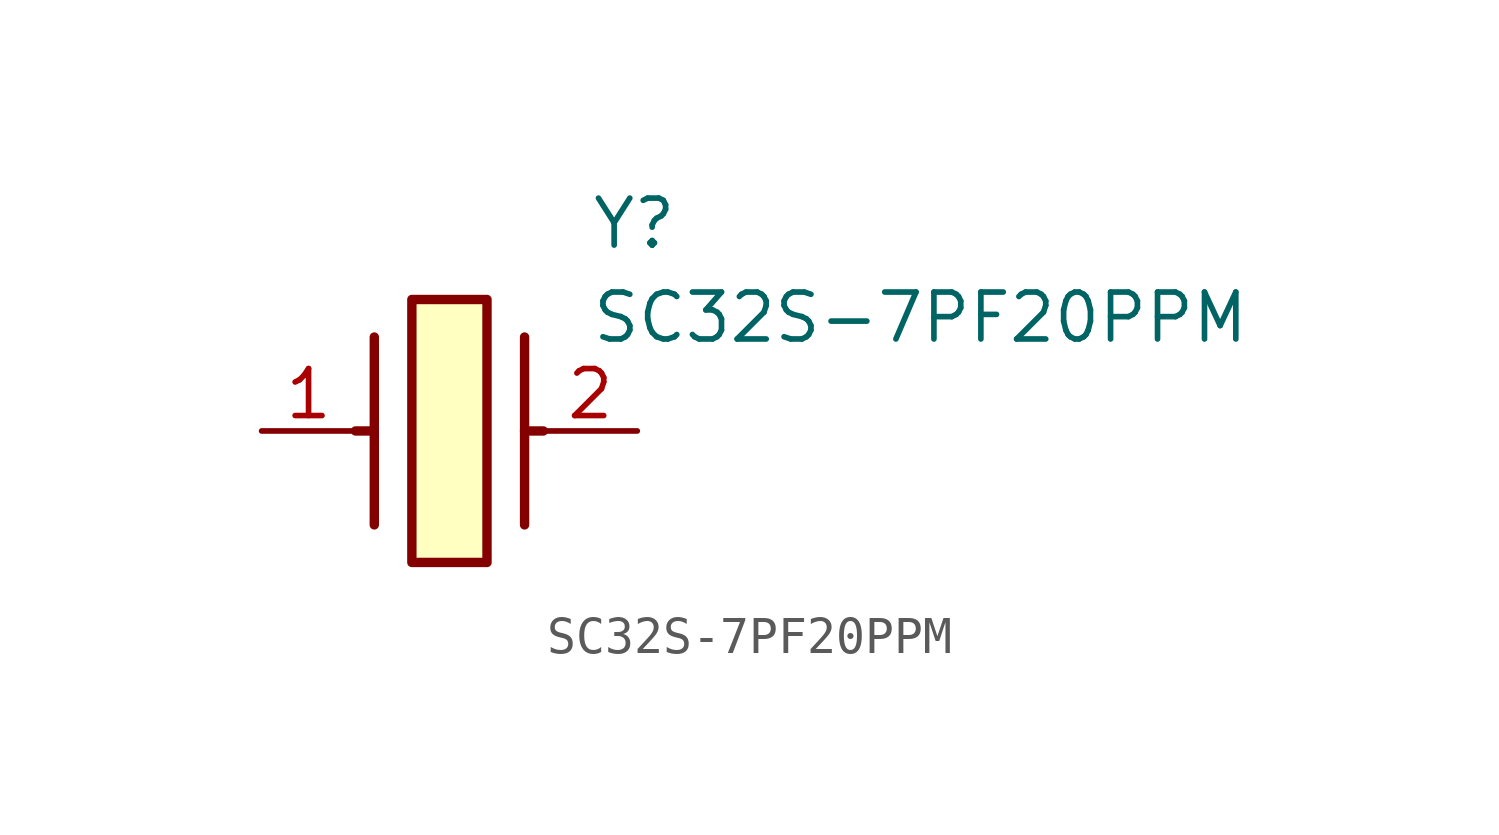
<source format=kicad_sym>
(kicad_symbol_lib
  (version 20231120)
  (generator "kicad_symbol_editor")
  (generator_version "8.0")
  (symbol "SC32S-7PF20PPM"
    (pin_names hide)
    (property "Reference" "Y"
      (at 8.89 6.35 0)
      (effects (font (size 1.27 1.27)) (justify left top)))
    (property "Value" "SC32S-7PF20PPM"
      (at 8.89 3.81 0)
      (effects (font (size 1.27 1.27)) (justify left top)))
    (rectangle
      (start 4.064 3.556)
      (end 6.096 -3.556)
      (stroke (width 0.254) (type default))
      (fill (type background)))
    (polyline
      (pts (xy 3.048 2.54) (xy 3.048 -2.54))
      (stroke (width 0.254) (type default))
      (fill (type none)))
    (polyline
      (pts (xy 7.112 2.54) (xy 7.112 -2.54))
      (stroke (width 0.254) (type default))
      (fill (type none)))
    (polyline
      (pts (xy 7.112 0) (xy 7.62 0))
      (stroke (width 0.254) (type default))
      (fill (type none)))
    (polyline
      (pts (xy 3.048 0) (xy 2.54 0))
      (stroke (width 0.254) (type default))
      (fill (type none)))
    (pin passive line
      (at 0 0 0)
      (length 2.54)
      (name "1" (effects (font (size 1.27 1.27))))
      (number "1" (effects (font (size 1.27 1.27)))))
    (pin passive line
      (at 10.16 0 180)
      (length 2.54)
      (name "2" (effects (font (size 1.27 1.27))))
      (number "2" (effects (font (size 1.27 1.27)))))))
</source>
